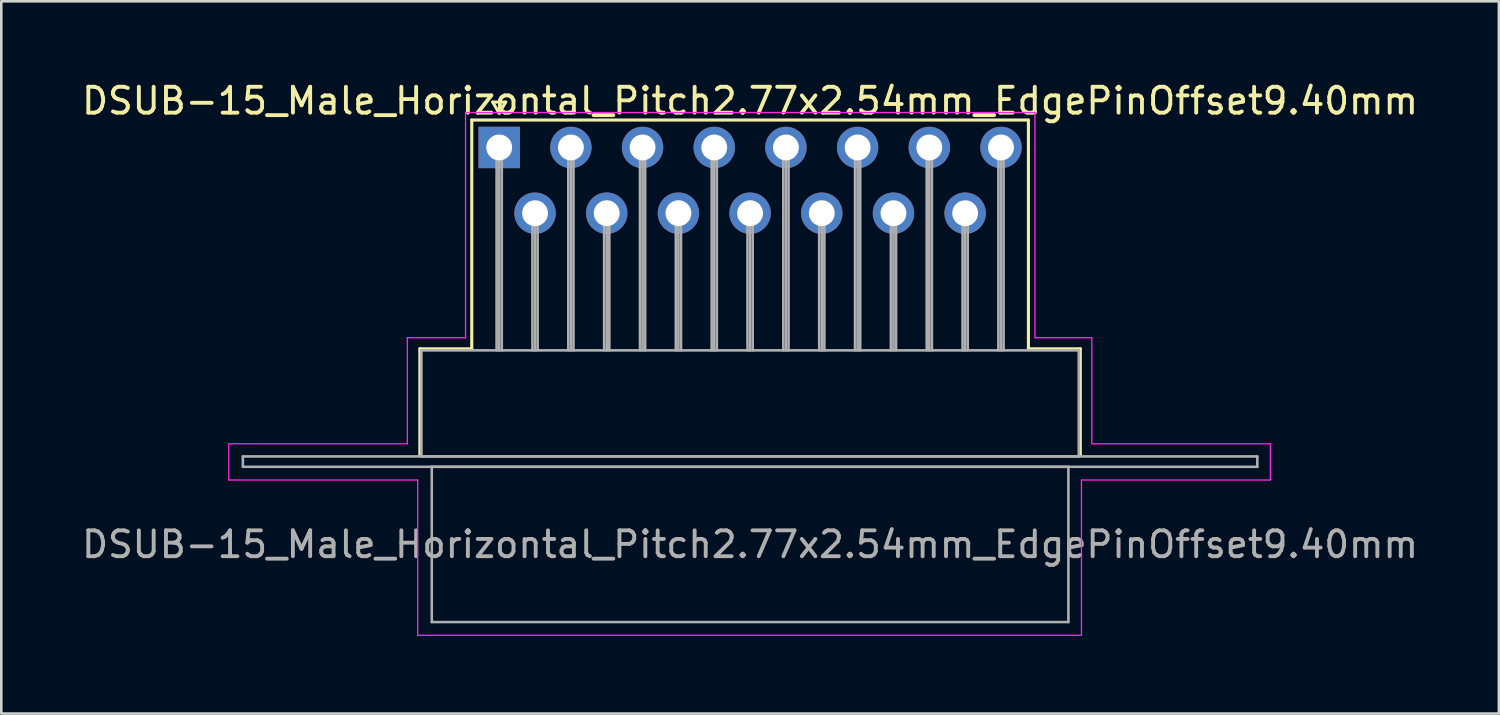
<source format=kicad_pcb>
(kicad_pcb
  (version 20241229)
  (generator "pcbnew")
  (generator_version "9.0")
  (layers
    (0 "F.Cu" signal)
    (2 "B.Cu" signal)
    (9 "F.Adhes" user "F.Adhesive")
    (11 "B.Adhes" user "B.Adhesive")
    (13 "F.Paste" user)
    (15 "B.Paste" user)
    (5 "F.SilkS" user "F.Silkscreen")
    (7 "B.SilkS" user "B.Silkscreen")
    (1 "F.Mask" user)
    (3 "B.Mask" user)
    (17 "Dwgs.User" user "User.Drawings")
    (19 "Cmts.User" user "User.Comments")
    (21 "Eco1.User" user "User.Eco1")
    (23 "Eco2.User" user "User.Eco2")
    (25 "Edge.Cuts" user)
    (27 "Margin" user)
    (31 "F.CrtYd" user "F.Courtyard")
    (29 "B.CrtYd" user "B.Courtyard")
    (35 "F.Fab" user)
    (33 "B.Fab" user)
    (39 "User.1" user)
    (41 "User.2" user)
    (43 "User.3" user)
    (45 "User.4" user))
  (footprint "DSUB-15_Male_Horizontal_Pitch2.77x2.54mm_EdgePinOffset9.40mm"
    (layer "F.Cu")
    (at 16.24 2.648)
    (property "Reference" "DSUB-15_Male_Horizontal_Pitch2.77x2.54mm_EdgePinOffset9.40mm" (at 9.695 -1.8 0) (layer "F.SilkS") (effects (font (size 1 1) (thickness 0.15))))
    (attr through_hole)
    (fp_line (start -3.065 7.78) (end -1.06 7.78) (stroke (width 0.12) (type solid)) (layer "F.SilkS"))
    (fp_line (start -3.065 11.88) (end -3.065 7.78) (stroke (width 0.12) (type solid)) (layer "F.SilkS"))
    (fp_line (start -1.06 -1.06) (end 20.45 -1.06) (stroke (width 0.12) (type solid)) (layer "F.SilkS"))
    (fp_line (start -1.06 7.78) (end -1.06 -1.06) (stroke (width 0.12) (type solid)) (layer "F.SilkS"))
    (fp_line (start -0.25 -1.754) (end 0.25 -1.754) (stroke (width 0.12) (type solid)) (layer "F.SilkS"))
    (fp_line (start 0 -1.321) (end -0.25 -1.754) (stroke (width 0.12) (type solid)) (layer "F.SilkS"))
    (fp_line (start 0.25 -1.754) (end 0 -1.321) (stroke (width 0.12) (type solid)) (layer "F.SilkS"))
    (fp_line (start 20.45 -1.06) (end 20.45 7.78) (stroke (width 0.12) (type solid)) (layer "F.SilkS"))
    (fp_line (start 20.45 7.78) (end 22.455 7.78) (stroke (width 0.12) (type solid)) (layer "F.SilkS"))
    (fp_line (start 22.455 7.78) (end 22.455 11.88) (stroke (width 0.12) (type solid)) (layer "F.SilkS"))
    (fp_line (start -10.45 11.45) (end -3.55 11.45) (stroke (width 0.05) (type solid)) (layer "F.CrtYd"))
    (fp_line (start -10.45 12.85) (end -10.45 11.45) (stroke (width 0.05) (type solid)) (layer "F.CrtYd"))
    (fp_line (start -3.55 7.35) (end -1.3 7.35) (stroke (width 0.05) (type solid)) (layer "F.CrtYd"))
    (fp_line (start -3.55 11.45) (end -3.55 7.35) (stroke (width 0.05) (type solid)) (layer "F.CrtYd"))
    (fp_line (start -3.15 12.85) (end -10.45 12.85) (stroke (width 0.05) (type solid)) (layer "F.CrtYd"))
    (fp_line (start -3.15 18.85) (end -3.15 12.85) (stroke (width 0.05) (type solid)) (layer "F.CrtYd"))
    (fp_line (start -1.3 -1.35) (end 20.7 -1.35) (stroke (width 0.05) (type solid)) (layer "F.CrtYd"))
    (fp_line (start -1.3 7.35) (end -1.3 -1.35) (stroke (width 0.05) (type solid)) (layer "F.CrtYd"))
    (fp_line (start 20.7 -1.35) (end 20.7 7.35) (stroke (width 0.05) (type solid)) (layer "F.CrtYd"))
    (fp_line (start 20.7 7.35) (end 22.9 7.35) (stroke (width 0.05) (type solid)) (layer "F.CrtYd"))
    (fp_line (start 22.5 12.85) (end 22.5 18.85) (stroke (width 0.05) (type solid)) (layer "F.CrtYd"))
    (fp_line (start 22.5 18.85) (end -3.15 18.85) (stroke (width 0.05) (type solid)) (layer "F.CrtYd"))
    (fp_line (start 22.9 7.35) (end 22.9 11.45) (stroke (width 0.05) (type solid)) (layer "F.CrtYd"))
    (fp_line (start 22.9 11.45) (end 29.8 11.45) (stroke (width 0.05) (type solid)) (layer "F.CrtYd"))
    (fp_line (start 29.8 11.45) (end 29.8 12.85) (stroke (width 0.05) (type solid)) (layer "F.CrtYd"))
    (fp_line (start 29.8 12.85) (end 22.5 12.85) (stroke (width 0.05) (type solid)) (layer "F.CrtYd"))
    (fp_line (start -9.905 11.94) (end -9.905 12.34) (stroke (width 0.1) (type solid)) (layer "F.Fab"))
    (fp_line (start -9.905 12.34) (end 29.295 12.34) (stroke (width 0.1) (type solid)) (layer "F.Fab"))
    (fp_line (start -3.005 7.84) (end -3.005 11.94) (stroke (width 0.1) (type solid)) (layer "F.Fab"))
    (fp_line (start -3.005 11.94) (end 22.395 11.94) (stroke (width 0.1) (type solid)) (layer "F.Fab"))
    (fp_line (start -2.605 12.34) (end -2.605 18.34) (stroke (width 0.1) (type solid)) (layer "F.Fab"))
    (fp_line (start -2.605 18.34) (end 21.995 18.34) (stroke (width 0.1) (type solid)) (layer "F.Fab"))
    (fp_line (start -0.1 0) (end -0.1 7.84) (stroke (width 0.1) (type solid)) (layer "F.Fab"))
    (fp_line (start 0 0) (end 0 7.84) (stroke (width 0.1) (type solid)) (layer "F.Fab"))
    (fp_line (start 0.1 0) (end 0.1 7.84) (stroke (width 0.1) (type solid)) (layer "F.Fab"))
    (fp_line (start 1.285 2.54) (end 1.285 7.84) (stroke (width 0.1) (type solid)) (layer "F.Fab"))
    (fp_line (start 1.385 2.54) (end 1.385 7.84) (stroke (width 0.1) (type solid)) (layer "F.Fab"))
    (fp_line (start 1.485 2.54) (end 1.485 7.84) (stroke (width 0.1) (type solid)) (layer "F.Fab"))
    (fp_line (start 2.67 0) (end 2.67 7.84) (stroke (width 0.1) (type solid)) (layer "F.Fab"))
    (fp_line (start 2.77 0) (end 2.77 7.84) (stroke (width 0.1) (type solid)) (layer "F.Fab"))
    (fp_line (start 2.87 0) (end 2.87 7.84) (stroke (width 0.1) (type solid)) (layer "F.Fab"))
    (fp_line (start 4.055 2.54) (end 4.055 7.84) (stroke (width 0.1) (type solid)) (layer "F.Fab"))
    (fp_line (start 4.155 2.54) (end 4.155 7.84) (stroke (width 0.1) (type solid)) (layer "F.Fab"))
    (fp_line (start 4.255 2.54) (end 4.255 7.84) (stroke (width 0.1) (type solid)) (layer "F.Fab"))
    (fp_line (start 5.44 0) (end 5.44 7.84) (stroke (width 0.1) (type solid)) (layer "F.Fab"))
    (fp_line (start 5.54 0) (end 5.54 7.84) (stroke (width 0.1) (type solid)) (layer "F.Fab"))
    (fp_line (start 5.64 0) (end 5.64 7.84) (stroke (width 0.1) (type solid)) (layer "F.Fab"))
    (fp_line (start 6.825 2.54) (end 6.825 7.84) (stroke (width 0.1) (type solid)) (layer "F.Fab"))
    (fp_line (start 6.925 2.54) (end 6.925 7.84) (stroke (width 0.1) (type solid)) (layer "F.Fab"))
    (fp_line (start 7.025 2.54) (end 7.025 7.84) (stroke (width 0.1) (type solid)) (layer "F.Fab"))
    (fp_line (start 8.21 0) (end 8.21 7.84) (stroke (width 0.1) (type solid)) (layer "F.Fab"))
    (fp_line (start 8.31 0) (end 8.31 7.84) (stroke (width 0.1) (type solid)) (layer "F.Fab"))
    (fp_line (start 8.41 0) (end 8.41 7.84) (stroke (width 0.1) (type solid)) (layer "F.Fab"))
    (fp_line (start 9.595 2.54) (end 9.595 7.84) (stroke (width 0.1) (type solid)) (layer "F.Fab"))
    (fp_line (start 9.695 2.54) (end 9.695 7.84) (stroke (width 0.1) (type solid)) (layer "F.Fab"))
    (fp_line (start 9.795 2.54) (end 9.795 7.84) (stroke (width 0.1) (type solid)) (layer "F.Fab"))
    (fp_line (start 10.98 0) (end 10.98 7.84) (stroke (width 0.1) (type solid)) (layer "F.Fab"))
    (fp_line (start 11.08 0) (end 11.08 7.84) (stroke (width 0.1) (type solid)) (layer "F.Fab"))
    (fp_line (start 11.18 0) (end 11.18 7.84) (stroke (width 0.1) (type solid)) (layer "F.Fab"))
    (fp_line (start 12.365 2.54) (end 12.365 7.84) (stroke (width 0.1) (type solid)) (layer "F.Fab"))
    (fp_line (start 12.465 2.54) (end 12.465 7.84) (stroke (width 0.1) (type solid)) (layer "F.Fab"))
    (fp_line (start 12.565 2.54) (end 12.565 7.84) (stroke (width 0.1) (type solid)) (layer "F.Fab"))
    (fp_line (start 13.75 0) (end 13.75 7.84) (stroke (width 0.1) (type solid)) (layer "F.Fab"))
    (fp_line (start 13.85 0) (end 13.85 7.84) (stroke (width 0.1) (type solid)) (layer "F.Fab"))
    (fp_line (start 13.95 0) (end 13.95 7.84) (stroke (width 0.1) (type solid)) (layer "F.Fab"))
    (fp_line (start 15.135 2.54) (end 15.135 7.84) (stroke (width 0.1) (type solid)) (layer "F.Fab"))
    (fp_line (start 15.235 2.54) (end 15.235 7.84) (stroke (width 0.1) (type solid)) (layer "F.Fab"))
    (fp_line (start 15.335 2.54) (end 15.335 7.84) (stroke (width 0.1) (type solid)) (layer "F.Fab"))
    (fp_line (start 16.52 0) (end 16.52 7.84) (stroke (width 0.1) (type solid)) (layer "F.Fab"))
    (fp_line (start 16.62 0) (end 16.62 7.84) (stroke (width 0.1) (type solid)) (layer "F.Fab"))
    (fp_line (start 16.72 0) (end 16.72 7.84) (stroke (width 0.1) (type solid)) (layer "F.Fab"))
    (fp_line (start 17.905 2.54) (end 17.905 7.84) (stroke (width 0.1) (type solid)) (layer "F.Fab"))
    (fp_line (start 18.005 2.54) (end 18.005 7.84) (stroke (width 0.1) (type solid)) (layer "F.Fab"))
    (fp_line (start 18.105 2.54) (end 18.105 7.84) (stroke (width 0.1) (type solid)) (layer "F.Fab"))
    (fp_line (start 19.29 0) (end 19.29 7.84) (stroke (width 0.1) (type solid)) (layer "F.Fab"))
    (fp_line (start 19.39 0) (end 19.39 7.84) (stroke (width 0.1) (type solid)) (layer "F.Fab"))
    (fp_line (start 19.49 0) (end 19.49 7.84) (stroke (width 0.1) (type solid)) (layer "F.Fab"))
    (fp_line (start 21.995 12.34) (end -2.605 12.34) (stroke (width 0.1) (type solid)) (layer "F.Fab"))
    (fp_line (start 21.995 18.34) (end 21.995 12.34) (stroke (width 0.1) (type solid)) (layer "F.Fab"))
    (fp_line (start 22.395 7.84) (end -3.005 7.84) (stroke (width 0.1) (type solid)) (layer "F.Fab"))
    (fp_line (start 22.395 11.94) (end 22.395 7.84) (stroke (width 0.1) (type solid)) (layer "F.Fab"))
    (fp_line (start 29.295 11.94) (end -9.905 11.94) (stroke (width 0.1) (type solid)) (layer "F.Fab"))
    (fp_line (start 29.295 12.34) (end 29.295 11.94) (stroke (width 0.1) (type solid)) (layer "F.Fab"))
    (fp_text user "${REFERENCE}" (at 9.695 15.34 0) (layer "F.Fab") (effects (font (size 1 1) (thickness 0.15))))
    (pad "1" thru_hole rect (at 0 0) (size 1.6 1.6) (drill 1) (layers "*.Cu" "*.Mask"))
    (pad "2" thru_hole circle (at 2.77 0) (size 1.6 1.6) (drill 1) (layers "*.Cu" "*.Mask"))
    (pad "3" thru_hole circle (at 5.54 0) (size 1.6 1.6) (drill 1) (layers "*.Cu" "*.Mask"))
    (pad "4" thru_hole circle (at 8.31 0) (size 1.6 1.6) (drill 1) (layers "*.Cu" "*.Mask"))
    (pad "5" thru_hole circle (at 11.08 0) (size 1.6 1.6) (drill 1) (layers "*.Cu" "*.Mask"))
    (pad "6" thru_hole circle (at 13.85 0) (size 1.6 1.6) (drill 1) (layers "*.Cu" "*.Mask"))
    (pad "7" thru_hole circle (at 16.62 0) (size 1.6 1.6) (drill 1) (layers "*.Cu" "*.Mask"))
    (pad "8" thru_hole circle (at 19.39 0) (size 1.6 1.6) (drill 1) (layers "*.Cu" "*.Mask"))
    (pad "9" thru_hole circle (at 1.385 2.54) (size 1.6 1.6) (drill 1) (layers "*.Cu" "*.Mask"))
    (pad "10" thru_hole circle (at 4.155 2.54) (size 1.6 1.6) (drill 1) (layers "*.Cu" "*.Mask"))
    (pad "11" thru_hole circle (at 6.925 2.54) (size 1.6 1.6) (drill 1) (layers "*.Cu" "*.Mask"))
    (pad "12" thru_hole circle (at 9.695 2.54) (size 1.6 1.6) (drill 1) (layers "*.Cu" "*.Mask"))
    (pad "13" thru_hole circle (at 12.465 2.54) (size 1.6 1.6) (drill 1) (layers "*.Cu" "*.Mask"))
    (pad "14" thru_hole circle (at 15.235 2.54) (size 1.6 1.6) (drill 1) (layers "*.Cu" "*.Mask"))
    (pad "15" thru_hole circle (at 18.005 2.54) (size 1.6 1.6) (drill 1) (layers "*.Cu" "*.Mask")))
  (gr_rect
    (start -3 -3)
    (end 54.869 24.523)
    (stroke (width 0.1) (type default))
    (fill no)
    (layer "Edge.Cuts")))
</source>
